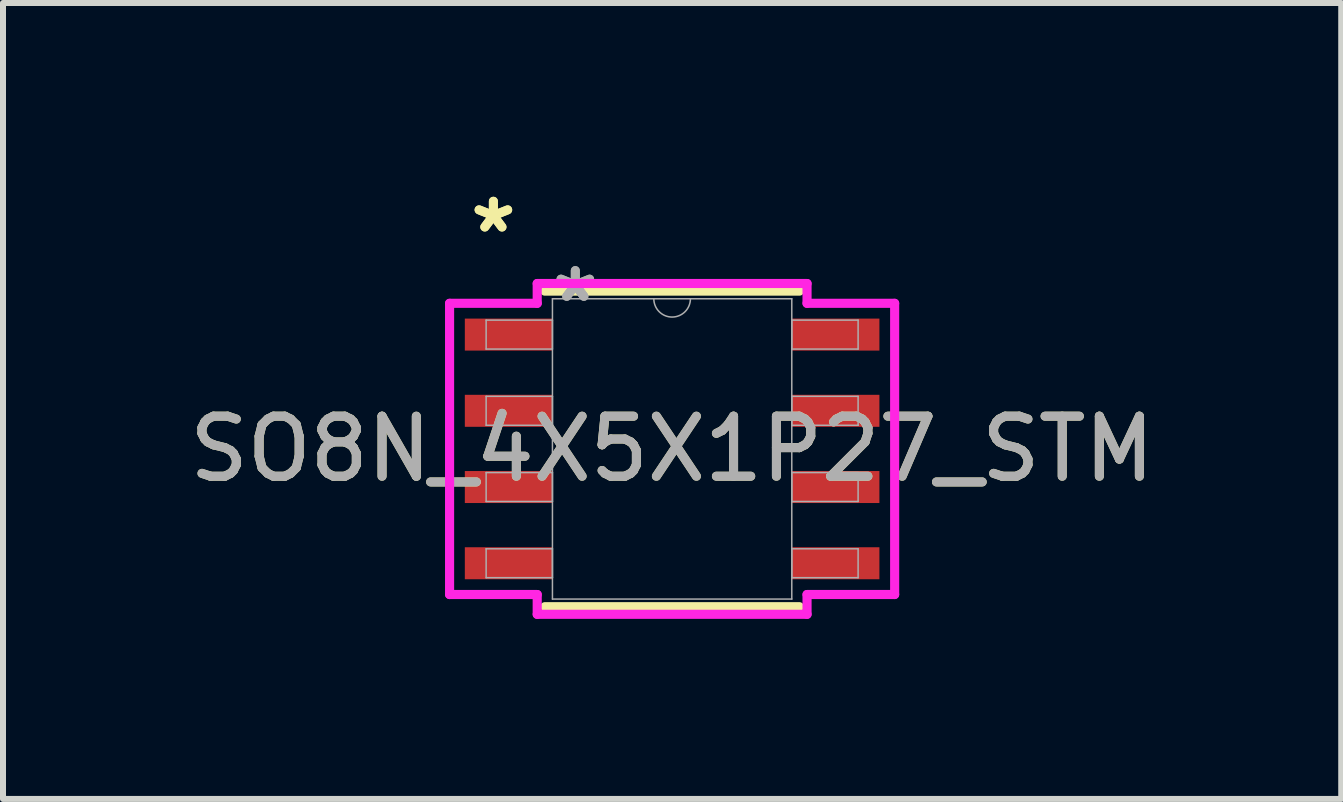
<source format=kicad_pcb>
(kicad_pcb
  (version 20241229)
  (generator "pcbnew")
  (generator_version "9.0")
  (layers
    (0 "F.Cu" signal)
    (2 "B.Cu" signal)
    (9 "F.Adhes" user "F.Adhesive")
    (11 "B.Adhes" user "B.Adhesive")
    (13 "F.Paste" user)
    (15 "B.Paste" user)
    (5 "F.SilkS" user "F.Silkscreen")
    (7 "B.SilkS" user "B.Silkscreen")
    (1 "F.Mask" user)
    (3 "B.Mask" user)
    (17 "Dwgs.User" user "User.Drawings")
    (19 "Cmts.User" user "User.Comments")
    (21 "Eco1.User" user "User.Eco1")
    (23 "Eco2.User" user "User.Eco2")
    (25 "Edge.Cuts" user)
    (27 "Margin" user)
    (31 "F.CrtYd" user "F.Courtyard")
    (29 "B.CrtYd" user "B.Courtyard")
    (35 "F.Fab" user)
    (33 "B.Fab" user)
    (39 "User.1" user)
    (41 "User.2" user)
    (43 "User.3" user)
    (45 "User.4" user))
  (footprint "SO8N_4X5X1P27_STM"
    (layer "F.Cu")
    (at 8.149 4.43)
    (property "Reference" "SO8N_4X5X1P27_STM" (at 0 0 0) (unlocked yes) (layer "F.SilkS") (effects (font (size 1 1) (thickness 0.15))))
    (attr smd)
    (fp_line (start -2.121 2.629) (end 2.121 2.629) (stroke (width 0.152) (type solid)) (layer "F.SilkS"))
    (fp_line (start 2.121 -2.629) (end -2.121 -2.629) (stroke (width 0.152) (type solid)) (layer "F.SilkS"))
    (fp_line (start -3.708 -2.426) (end -2.248 -2.426) (stroke (width 0.152) (type solid)) (layer "F.CrtYd"))
    (fp_line (start -3.708 2.426) (end -3.708 -2.426) (stroke (width 0.152) (type solid)) (layer "F.CrtYd"))
    (fp_line (start -3.708 2.426) (end -2.248 2.426) (stroke (width 0.152) (type solid)) (layer "F.CrtYd"))
    (fp_line (start -2.248 -2.756) (end 2.248 -2.756) (stroke (width 0.152) (type solid)) (layer "F.CrtYd"))
    (fp_line (start -2.248 -2.426) (end -2.248 -2.756) (stroke (width 0.152) (type solid)) (layer "F.CrtYd"))
    (fp_line (start -2.248 2.756) (end -2.248 2.426) (stroke (width 0.152) (type solid)) (layer "F.CrtYd"))
    (fp_line (start 2.248 -2.756) (end 2.248 -2.426) (stroke (width 0.152) (type solid)) (layer "F.CrtYd"))
    (fp_line (start 2.248 2.426) (end 2.248 2.756) (stroke (width 0.152) (type solid)) (layer "F.CrtYd"))
    (fp_line (start 2.248 2.756) (end -2.248 2.756) (stroke (width 0.152) (type solid)) (layer "F.CrtYd"))
    (fp_line (start 3.708 -2.426) (end 2.248 -2.426) (stroke (width 0.152) (type solid)) (layer "F.CrtYd"))
    (fp_line (start 3.708 -2.426) (end 3.708 2.426) (stroke (width 0.152) (type solid)) (layer "F.CrtYd"))
    (fp_line (start 3.708 2.426) (end 2.248 2.426) (stroke (width 0.152) (type solid)) (layer "F.CrtYd"))
    (fp_line (start -3.099 -2.146) (end -3.099 -1.664) (stroke (width 0.025) (type solid)) (layer "F.Fab"))
    (fp_line (start -3.099 -1.664) (end -1.994 -1.664) (stroke (width 0.025) (type solid)) (layer "F.Fab"))
    (fp_line (start -3.099 -0.876) (end -3.099 -0.394) (stroke (width 0.025) (type solid)) (layer "F.Fab"))
    (fp_line (start -3.099 -0.394) (end -1.994 -0.394) (stroke (width 0.025) (type solid)) (layer "F.Fab"))
    (fp_line (start -3.099 0.394) (end -3.099 0.876) (stroke (width 0.025) (type solid)) (layer "F.Fab"))
    (fp_line (start -3.099 0.876) (end -1.994 0.876) (stroke (width 0.025) (type solid)) (layer "F.Fab"))
    (fp_line (start -3.099 1.664) (end -3.099 2.146) (stroke (width 0.025) (type solid)) (layer "F.Fab"))
    (fp_line (start -3.099 2.146) (end -1.994 2.146) (stroke (width 0.025) (type solid)) (layer "F.Fab"))
    (fp_line (start -1.994 -2.502) (end -1.994 2.502) (stroke (width 0.025) (type solid)) (layer "F.Fab"))
    (fp_line (start -1.994 -2.146) (end -3.099 -2.146) (stroke (width 0.025) (type solid)) (layer "F.Fab"))
    (fp_line (start -1.994 -1.664) (end -1.994 -2.146) (stroke (width 0.025) (type solid)) (layer "F.Fab"))
    (fp_line (start -1.994 -0.876) (end -3.099 -0.876) (stroke (width 0.025) (type solid)) (layer "F.Fab"))
    (fp_line (start -1.994 -0.394) (end -1.994 -0.876) (stroke (width 0.025) (type solid)) (layer "F.Fab"))
    (fp_line (start -1.994 0.394) (end -3.099 0.394) (stroke (width 0.025) (type solid)) (layer "F.Fab"))
    (fp_line (start -1.994 0.876) (end -1.994 0.394) (stroke (width 0.025) (type solid)) (layer "F.Fab"))
    (fp_line (start -1.994 1.664) (end -3.099 1.664) (stroke (width 0.025) (type solid)) (layer "F.Fab"))
    (fp_line (start -1.994 2.146) (end -1.994 1.664) (stroke (width 0.025) (type solid)) (layer "F.Fab"))
    (fp_line (start -1.994 2.502) (end 1.994 2.502) (stroke (width 0.025) (type solid)) (layer "F.Fab"))
    (fp_line (start 1.994 -2.502) (end -1.994 -2.502) (stroke (width 0.025) (type solid)) (layer "F.Fab"))
    (fp_line (start 1.994 -2.146) (end 1.994 -1.664) (stroke (width 0.025) (type solid)) (layer "F.Fab"))
    (fp_line (start 1.994 -1.664) (end 3.099 -1.664) (stroke (width 0.025) (type solid)) (layer "F.Fab"))
    (fp_line (start 1.994 -0.876) (end 1.994 -0.394) (stroke (width 0.025) (type solid)) (layer "F.Fab"))
    (fp_line (start 1.994 -0.394) (end 3.099 -0.394) (stroke (width 0.025) (type solid)) (layer "F.Fab"))
    (fp_line (start 1.994 0.394) (end 1.994 0.876) (stroke (width 0.025) (type solid)) (layer "F.Fab"))
    (fp_line (start 1.994 0.876) (end 3.099 0.876) (stroke (width 0.025) (type solid)) (layer "F.Fab"))
    (fp_line (start 1.994 1.664) (end 1.994 2.146) (stroke (width 0.025) (type solid)) (layer "F.Fab"))
    (fp_line (start 1.994 2.146) (end 3.099 2.146) (stroke (width 0.025) (type solid)) (layer "F.Fab"))
    (fp_line (start 1.994 2.502) (end 1.994 -2.502) (stroke (width 0.025) (type solid)) (layer "F.Fab"))
    (fp_line (start 3.099 -2.146) (end 1.994 -2.146) (stroke (width 0.025) (type solid)) (layer "F.Fab"))
    (fp_line (start 3.099 -1.664) (end 3.099 -2.146) (stroke (width 0.025) (type solid)) (layer "F.Fab"))
    (fp_line (start 3.099 -0.876) (end 1.994 -0.876) (stroke (width 0.025) (type solid)) (layer "F.Fab"))
    (fp_line (start 3.099 -0.394) (end 3.099 -0.876) (stroke (width 0.025) (type solid)) (layer "F.Fab"))
    (fp_line (start 3.099 0.394) (end 1.994 0.394) (stroke (width 0.025) (type solid)) (layer "F.Fab"))
    (fp_line (start 3.099 0.876) (end 3.099 0.394) (stroke (width 0.025) (type solid)) (layer "F.Fab"))
    (fp_line (start 3.099 1.664) (end 1.994 1.664) (stroke (width 0.025) (type solid)) (layer "F.Fab"))
    (fp_line (start 3.099 2.146) (end 3.099 1.664) (stroke (width 0.025) (type solid)) (layer "F.Fab"))
    (fp_arc (start 0.3048 -2.5019) (mid 0 -2.1971) (end -0.3048 -2.5019) (stroke (width 0.0254) (type solid)) (layer "F.Fab"))
    (fp_text user "*" (at -2.978 -3.581 0) (unlocked yes) (layer "F.SilkS") (effects (font (size 1 1) (thickness 0.15))))
    (fp_text user "*" (at -2.978 -3.581 0) (layer "F.SilkS") (effects (font (size 1 1) (thickness 0.15))))
    (fp_text user "*" (at -1.613 -2.426 0) (unlocked yes) (layer "F.Fab") (effects (font (size 1 1) (thickness 0.15))))
    (fp_text user "*" (at -1.613 -2.426 0) (layer "F.Fab") (effects (font (size 1 1) (thickness 0.15))))
    (fp_text user "${REFERENCE}" (at 0 0 0) (unlocked yes) (layer "F.Fab") (effects (font (size 1 1) (thickness 0.15))))
    (pad "1" smd rect (at -2.724 -1.905) (size 1.46 0.533) (layers "F.Cu" "F.Mask" "F.Paste"))
    (pad "2" smd rect (at -2.724 -0.635) (size 1.46 0.533) (layers "F.Cu" "F.Mask" "F.Paste"))
    (pad "3" smd rect (at -2.724 0.635) (size 1.46 0.533) (layers "F.Cu" "F.Mask" "F.Paste"))
    (pad "4" smd rect (at -2.724 1.905) (size 1.46 0.533) (layers "F.Cu" "F.Mask" "F.Paste"))
    (pad "5" smd rect (at 2.724 1.905) (size 1.46 0.533) (layers "F.Cu" "F.Mask" "F.Paste"))
    (pad "6" smd rect (at 2.724 0.635) (size 1.46 0.533) (layers "F.Cu" "F.Mask" "F.Paste"))
    (pad "7" smd rect (at 2.724 -0.635) (size 1.46 0.533) (layers "F.Cu" "F.Mask" "F.Paste"))
    (pad "8" smd rect (at 2.724 -1.905) (size 1.46 0.533) (layers "F.Cu" "F.Mask" "F.Paste")))
  (gr_rect
    (start -3 -3)
    (end 19.298 10.262)
    (stroke (width 0.1) (type default))
    (fill no)
    (layer "Edge.Cuts")))
</source>
